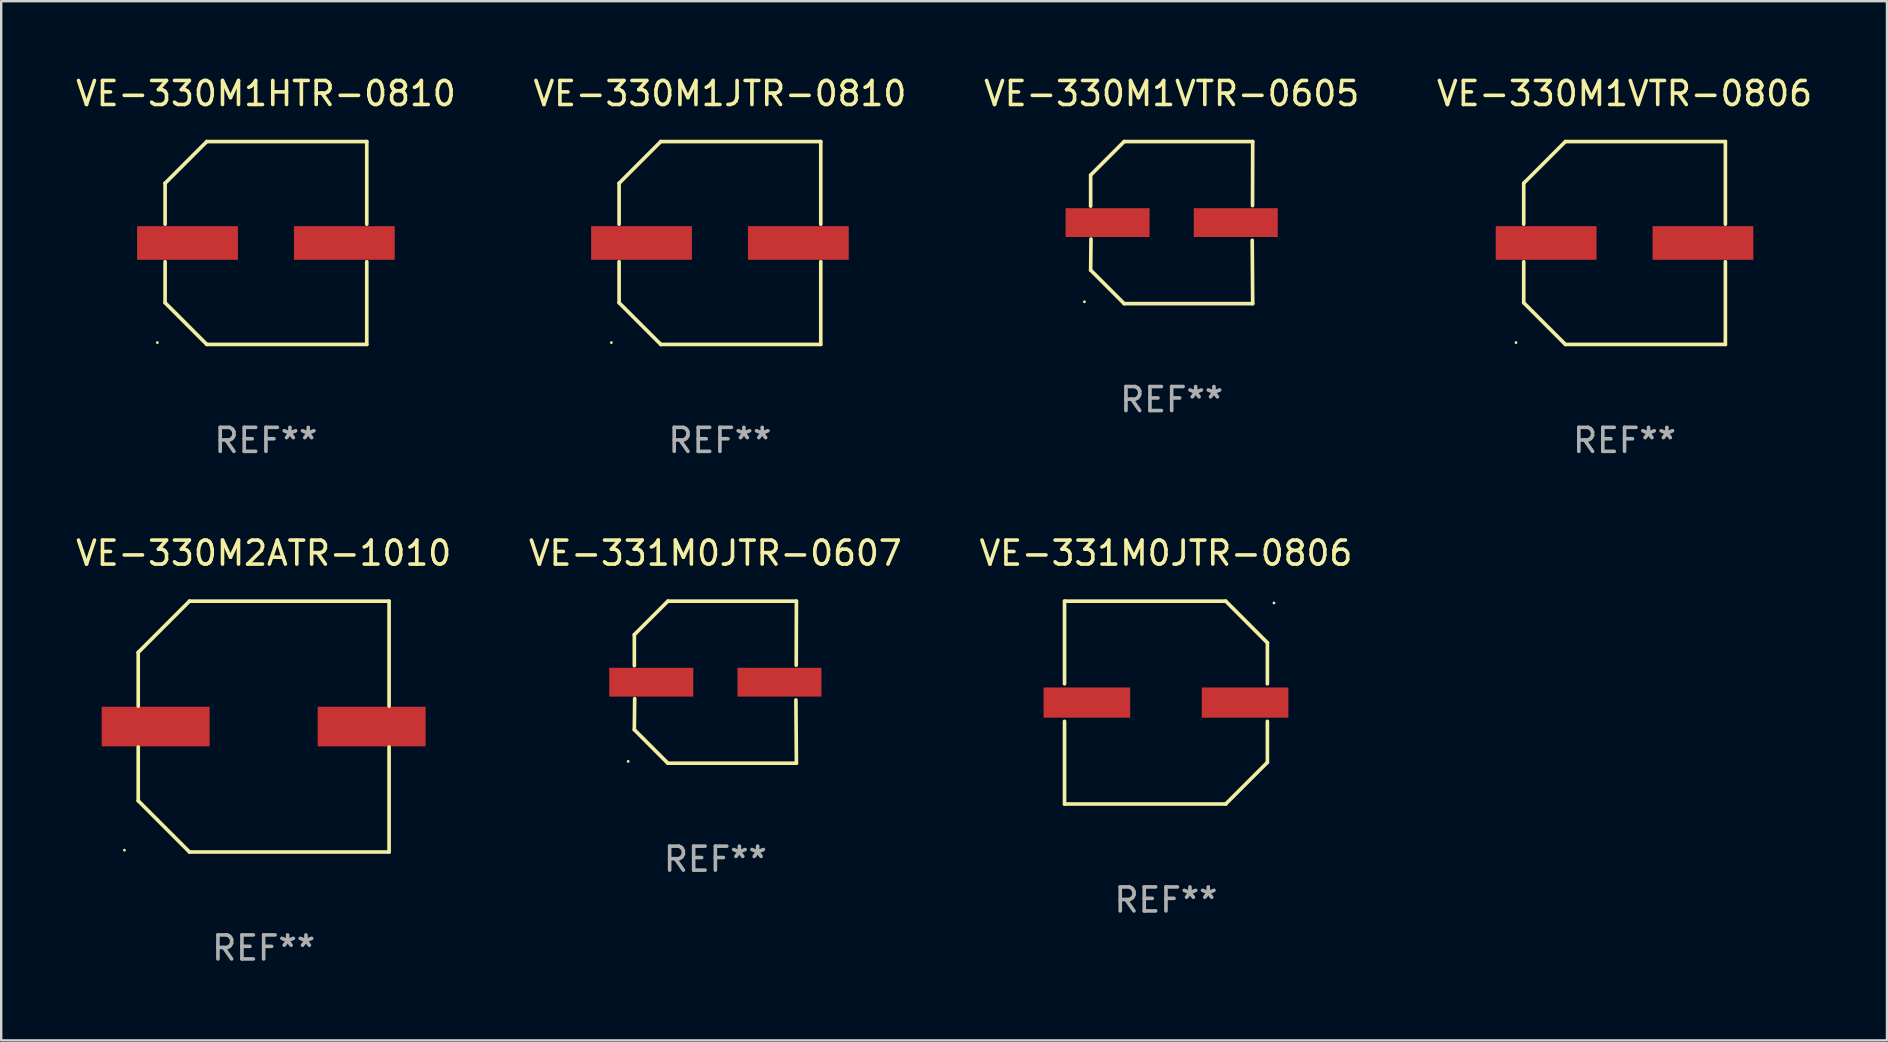
<source format=kicad_pcb>
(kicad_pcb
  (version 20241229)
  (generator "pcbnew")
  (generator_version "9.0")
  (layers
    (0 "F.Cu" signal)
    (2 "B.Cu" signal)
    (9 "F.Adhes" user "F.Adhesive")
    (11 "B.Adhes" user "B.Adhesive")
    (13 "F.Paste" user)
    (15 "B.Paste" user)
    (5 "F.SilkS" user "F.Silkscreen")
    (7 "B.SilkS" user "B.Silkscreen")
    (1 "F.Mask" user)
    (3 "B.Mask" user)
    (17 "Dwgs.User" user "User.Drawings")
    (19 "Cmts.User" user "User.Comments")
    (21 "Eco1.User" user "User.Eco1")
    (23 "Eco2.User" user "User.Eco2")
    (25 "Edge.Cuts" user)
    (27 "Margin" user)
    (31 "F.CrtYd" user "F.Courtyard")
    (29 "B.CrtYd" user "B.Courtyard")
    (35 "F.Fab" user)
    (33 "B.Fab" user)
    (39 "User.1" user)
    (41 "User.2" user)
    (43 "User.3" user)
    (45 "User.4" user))
  (footprint "VE-330M1HTR-0810"
    (layer "F.Cu")
    (at 8.03 7.074)
    (property "Reference" "VE-330M1HTR-0810" (at 0 -6.226 0) (layer "F.SilkS") (effects (font (size 1 1) (thickness 0.15))))
    (attr through_hole)
    (fp_line (start -4.201 -2.49) (end -4.201 -0.782) (stroke (width 0.152) (type solid)) (layer "F.SilkS"))
    (fp_line (start -4.201 2.49) (end -4.201 0.782) (stroke (width 0.152) (type solid)) (layer "F.SilkS"))
    (fp_line (start -2.465 -4.226) (end -4.201 -2.49) (stroke (width 0.152) (type solid)) (layer "F.SilkS"))
    (fp_line (start -2.465 4.226) (end -4.201 2.49) (stroke (width 0.152) (type solid)) (layer "F.SilkS"))
    (fp_line (start 4.201 -4.226) (end -2.465 -4.226) (stroke (width 0.152) (type solid)) (layer "F.SilkS"))
    (fp_line (start 4.201 -0.782) (end 4.201 -4.226) (stroke (width 0.152) (type solid)) (layer "F.SilkS"))
    (fp_line (start 4.201 0.782) (end 4.201 4.226) (stroke (width 0.152) (type solid)) (layer "F.SilkS"))
    (fp_line (start 4.201 4.226) (end -2.465 4.226) (stroke (width 0.152) (type solid)) (layer "F.SilkS"))
    (fp_circle (center -4.524 4.15) (end -4.494 4.15) (stroke (width 0.06) (type solid)) (fill no) (layer "F.SilkS"))
    (fp_text user "REF**" (at 0 8.226 0) (layer "F.Fab") (effects (font (size 1 1) (thickness 0.15))))
    (pad "1" smd rect (at -3.267 0) (size 4.2 1.4) (layers "F.Cu" "F.Mask" "F.Paste"))
    (pad "2" smd rect (at 3.267 0) (size 4.2 1.4) (layers "F.Cu" "F.Mask" "F.Paste")))
  (footprint "VE-330M1VTR-0806"
    (layer "F.Cu")
    (at 64.637 7.074)
    (property "Reference" "VE-330M1VTR-0806" (at 0 -6.226 0) (layer "F.SilkS") (effects (font (size 1 1) (thickness 0.15))))
    (attr through_hole)
    (fp_line (start -4.201 -2.49) (end -4.201 -0.782) (stroke (width 0.152) (type solid)) (layer "F.SilkS"))
    (fp_line (start -4.201 2.49) (end -4.201 0.782) (stroke (width 0.152) (type solid)) (layer "F.SilkS"))
    (fp_line (start -2.465 -4.226) (end -4.201 -2.49) (stroke (width 0.152) (type solid)) (layer "F.SilkS"))
    (fp_line (start -2.465 4.226) (end -4.201 2.49) (stroke (width 0.152) (type solid)) (layer "F.SilkS"))
    (fp_line (start 4.201 -4.226) (end -2.465 -4.226) (stroke (width 0.152) (type solid)) (layer "F.SilkS"))
    (fp_line (start 4.201 -0.782) (end 4.201 -4.226) (stroke (width 0.152) (type solid)) (layer "F.SilkS"))
    (fp_line (start 4.201 0.782) (end 4.201 4.226) (stroke (width 0.152) (type solid)) (layer "F.SilkS"))
    (fp_line (start 4.201 4.226) (end -2.465 4.226) (stroke (width 0.152) (type solid)) (layer "F.SilkS"))
    (fp_circle (center -4.524 4.15) (end -4.494 4.15) (stroke (width 0.06) (type solid)) (fill no) (layer "F.SilkS"))
    (fp_text user "REF**" (at 0 8.226 0) (layer "F.Fab") (effects (font (size 1 1) (thickness 0.15))))
    (pad "1" smd rect (at -3.267 0) (size 4.2 1.4) (layers "F.Cu" "F.Mask" "F.Paste"))
    (pad "2" smd rect (at 3.267 0) (size 4.2 1.4) (layers "F.Cu" "F.Mask" "F.Paste")))
  (footprint "VE-330M1VTR-0605"
    (layer "F.Cu")
    (at 45.768 6.224)
    (property "Reference" "VE-330M1VTR-0605" (at 0 -5.376 0) (layer "F.SilkS") (effects (font (size 1 1) (thickness 0.15))))
    (attr through_hole)
    (fp_line (start -3.376 -1.98) (end -3.376 -0.686) (stroke (width 0.152) (type solid)) (layer "F.SilkS"))
    (fp_line (start -3.376 1.981) (end -3.362 0.686) (stroke (width 0.152) (type solid)) (layer "F.SilkS"))
    (fp_line (start -1.981 3.376) (end -3.376 1.981) (stroke (width 0.152) (type solid)) (layer "F.SilkS"))
    (fp_line (start -1.98 -3.376) (end -3.376 -1.98) (stroke (width 0.152) (type solid)) (layer "F.SilkS"))
    (fp_line (start 3.356 0.74) (end 3.376 3.376) (stroke (width 0.152) (type solid)) (layer "F.SilkS"))
    (fp_line (start 3.369 -0.707) (end 3.376 -3.376) (stroke (width 0.152) (type solid)) (layer "F.SilkS"))
    (fp_line (start 3.376 3.376) (end -1.981 3.376) (stroke (width 0.152) (type solid)) (layer "F.SilkS"))
    (fp_line (start 3.376 -3.376) (end -1.98 -3.376) (stroke (width 0.152) (type solid)) (layer "F.SilkS"))
    (fp_circle (center -3.634 3.3) (end -3.604 3.3) (stroke (width 0.06) (type solid)) (fill no) (layer "F.SilkS"))
    (fp_text user "REF**" (at 0 7.376 0) (layer "F.Fab") (effects (font (size 1 1) (thickness 0.15))))
    (pad "1" smd rect (at -2.67 0.000254) (size 3.5 1.2) (layers "F.Cu" "F.Mask" "F.Paste"))
    (pad "2" smd rect (at 2.67 0.000254) (size 3.5 1.2) (layers "F.Cu" "F.Mask" "F.Paste")))
  (footprint "VE-331M0JTR-0806"
    (layer "F.Cu")
    (at 45.53 26.223)
    (property "Reference" "VE-331M0JTR-0806" (at 0 -6.226 0) (layer "F.SilkS") (effects (font (size 1 1) (thickness 0.15))))
    (attr through_hole)
    (fp_line (start -4.226 -4.226) (end 2.49 -4.226) (stroke (width 0.152) (type solid)) (layer "F.SilkS"))
    (fp_line (start -4.226 -0.782) (end -4.226 -4.226) (stroke (width 0.152) (type solid)) (layer "F.SilkS"))
    (fp_line (start -4.226 0.782) (end -4.226 4.226) (stroke (width 0.152) (type solid)) (layer "F.SilkS"))
    (fp_line (start -4.226 4.226) (end 2.49 4.226) (stroke (width 0.152) (type solid)) (layer "F.SilkS"))
    (fp_line (start 2.49 -4.226) (end 4.226 -2.49) (stroke (width 0.152) (type solid)) (layer "F.SilkS"))
    (fp_line (start 2.49 4.226) (end 4.226 2.49) (stroke (width 0.152) (type solid)) (layer "F.SilkS"))
    (fp_line (start 4.226 -2.49) (end 4.226 -0.782) (stroke (width 0.152) (type solid)) (layer "F.SilkS"))
    (fp_line (start 4.226 2.49) (end 4.226 0.782) (stroke (width 0.152) (type solid)) (layer "F.SilkS"))
    (fp_circle (center 4.5 -4.15) (end 4.53 -4.15) (stroke (width 0.06) (type solid)) (fill no) (layer "F.SilkS"))
    (fp_text user "REF**" (at 0 8.226 0) (layer "F.Fab") (effects (font (size 1 1) (thickness 0.15))))
    (pad "1" smd rect (at 3.295 0 180) (size 3.61 1.26) (layers "F.Cu" "F.Mask" "F.Paste"))
    (pad "2" smd rect (at -3.295 0 180) (size 3.61 1.26) (layers "F.Cu" "F.Mask" "F.Paste")))
  (footprint "VE-330M2ATR-1010"
    (layer "F.Cu")
    (at 7.935 27.223)
    (property "Reference" "VE-330M2ATR-1010" (at 0 -7.226 0) (layer "F.SilkS") (effects (font (size 1 1) (thickness 0.15))))
    (attr through_hole)
    (fp_line (start -5.226 -3.09) (end -5.226 -0.852) (stroke (width 0.152) (type solid)) (layer "F.SilkS"))
    (fp_line (start -5.226 3.09) (end -5.226 0.852) (stroke (width 0.152) (type solid)) (layer "F.SilkS"))
    (fp_line (start -3.09 -5.226) (end -5.226 -3.09) (stroke (width 0.152) (type solid)) (layer "F.SilkS"))
    (fp_line (start -3.09 5.226) (end -5.226 3.09) (stroke (width 0.152) (type solid)) (layer "F.SilkS"))
    (fp_line (start 5.226 -5.226) (end -3.09 -5.226) (stroke (width 0.152) (type solid)) (layer "F.SilkS"))
    (fp_line (start 5.226 -0.852) (end 5.226 -5.226) (stroke (width 0.152) (type solid)) (layer "F.SilkS"))
    (fp_line (start 5.226 0.852) (end 5.226 5.226) (stroke (width 0.152) (type solid)) (layer "F.SilkS"))
    (fp_line (start 5.226 5.226) (end -3.09 5.226) (stroke (width 0.152) (type solid)) (layer "F.SilkS"))
    (fp_circle (center -5.8 5.15) (end -5.77 5.15) (stroke (width 0.06) (type solid)) (fill no) (layer "F.SilkS"))
    (fp_text user "REF**" (at 0 9.226 0) (layer "F.Fab") (effects (font (size 1 1) (thickness 0.15))))
    (pad "1" smd rect (at -4.5 0) (size 4.5 1.65) (layers "F.Cu" "F.Mask" "F.Paste"))
    (pad "2" smd rect (at 4.5 0) (size 4.5 1.65) (layers "F.Cu" "F.Mask" "F.Paste")))
  (footprint "VE-330M1JTR-0810"
    (layer "F.Cu")
    (at 26.946 7.074)
    (property "Reference" "VE-330M1JTR-0810" (at 0 -6.226 0) (layer "F.SilkS") (effects (font (size 1 1) (thickness 0.15))))
    (attr through_hole)
    (fp_line (start -4.201 -2.49) (end -4.201 -0.782) (stroke (width 0.152) (type solid)) (layer "F.SilkS"))
    (fp_line (start -4.201 2.49) (end -4.201 0.782) (stroke (width 0.152) (type solid)) (layer "F.SilkS"))
    (fp_line (start -2.465 -4.226) (end -4.201 -2.49) (stroke (width 0.152) (type solid)) (layer "F.SilkS"))
    (fp_line (start -2.465 4.226) (end -4.201 2.49) (stroke (width 0.152) (type solid)) (layer "F.SilkS"))
    (fp_line (start 4.201 -4.226) (end -2.465 -4.226) (stroke (width 0.152) (type solid)) (layer "F.SilkS"))
    (fp_line (start 4.201 -0.782) (end 4.201 -4.226) (stroke (width 0.152) (type solid)) (layer "F.SilkS"))
    (fp_line (start 4.201 0.782) (end 4.201 4.226) (stroke (width 0.152) (type solid)) (layer "F.SilkS"))
    (fp_line (start 4.201 4.226) (end -2.465 4.226) (stroke (width 0.152) (type solid)) (layer "F.SilkS"))
    (fp_circle (center -4.524 4.15) (end -4.494 4.15) (stroke (width 0.06) (type solid)) (fill no) (layer "F.SilkS"))
    (fp_text user "REF**" (at 0 8.226 0) (layer "F.Fab") (effects (font (size 1 1) (thickness 0.15))))
    (pad "1" smd rect (at -3.267 0) (size 4.2 1.4) (layers "F.Cu" "F.Mask" "F.Paste"))
    (pad "2" smd rect (at 3.267 0) (size 4.2 1.4) (layers "F.Cu" "F.Mask" "F.Paste")))
  (footprint "VE-331M0JTR-0607"
    (layer "F.Cu")
    (at 26.756 25.373)
    (property "Reference" "VE-331M0JTR-0607" (at 0 -5.376 0) (layer "F.SilkS") (effects (font (size 1 1) (thickness 0.15))))
    (attr through_hole)
    (fp_line (start -3.376 -1.98) (end -3.376 -0.686) (stroke (width 0.152) (type solid)) (layer "F.SilkS"))
    (fp_line (start -3.376 1.981) (end -3.362 0.686) (stroke (width 0.152) (type solid)) (layer "F.SilkS"))
    (fp_line (start -1.981 3.376) (end -3.376 1.981) (stroke (width 0.152) (type solid)) (layer "F.SilkS"))
    (fp_line (start -1.98 -3.376) (end -3.376 -1.98) (stroke (width 0.152) (type solid)) (layer "F.SilkS"))
    (fp_line (start 3.356 0.74) (end 3.376 3.376) (stroke (width 0.152) (type solid)) (layer "F.SilkS"))
    (fp_line (start 3.369 -0.707) (end 3.376 -3.376) (stroke (width 0.152) (type solid)) (layer "F.SilkS"))
    (fp_line (start 3.376 3.376) (end -1.981 3.376) (stroke (width 0.152) (type solid)) (layer "F.SilkS"))
    (fp_line (start 3.376 -3.376) (end -1.98 -3.376) (stroke (width 0.152) (type solid)) (layer "F.SilkS"))
    (fp_circle (center -3.634 3.3) (end -3.604 3.3) (stroke (width 0.06) (type solid)) (fill no) (layer "F.SilkS"))
    (fp_text user "REF**" (at 0 7.376 0) (layer "F.Fab") (effects (font (size 1 1) (thickness 0.15))))
    (pad "1" smd rect (at -2.67 0.000254) (size 3.5 1.2) (layers "F.Cu" "F.Mask" "F.Paste"))
    (pad "2" smd rect (at 2.67 0.000254) (size 3.5 1.2) (layers "F.Cu" "F.Mask" "F.Paste")))
  (gr_rect
    (start -3 -3)
    (end 75.571 40.298)
    (stroke (width 0.1) (type default))
    (fill no)
    (layer "Edge.Cuts")))
</source>
